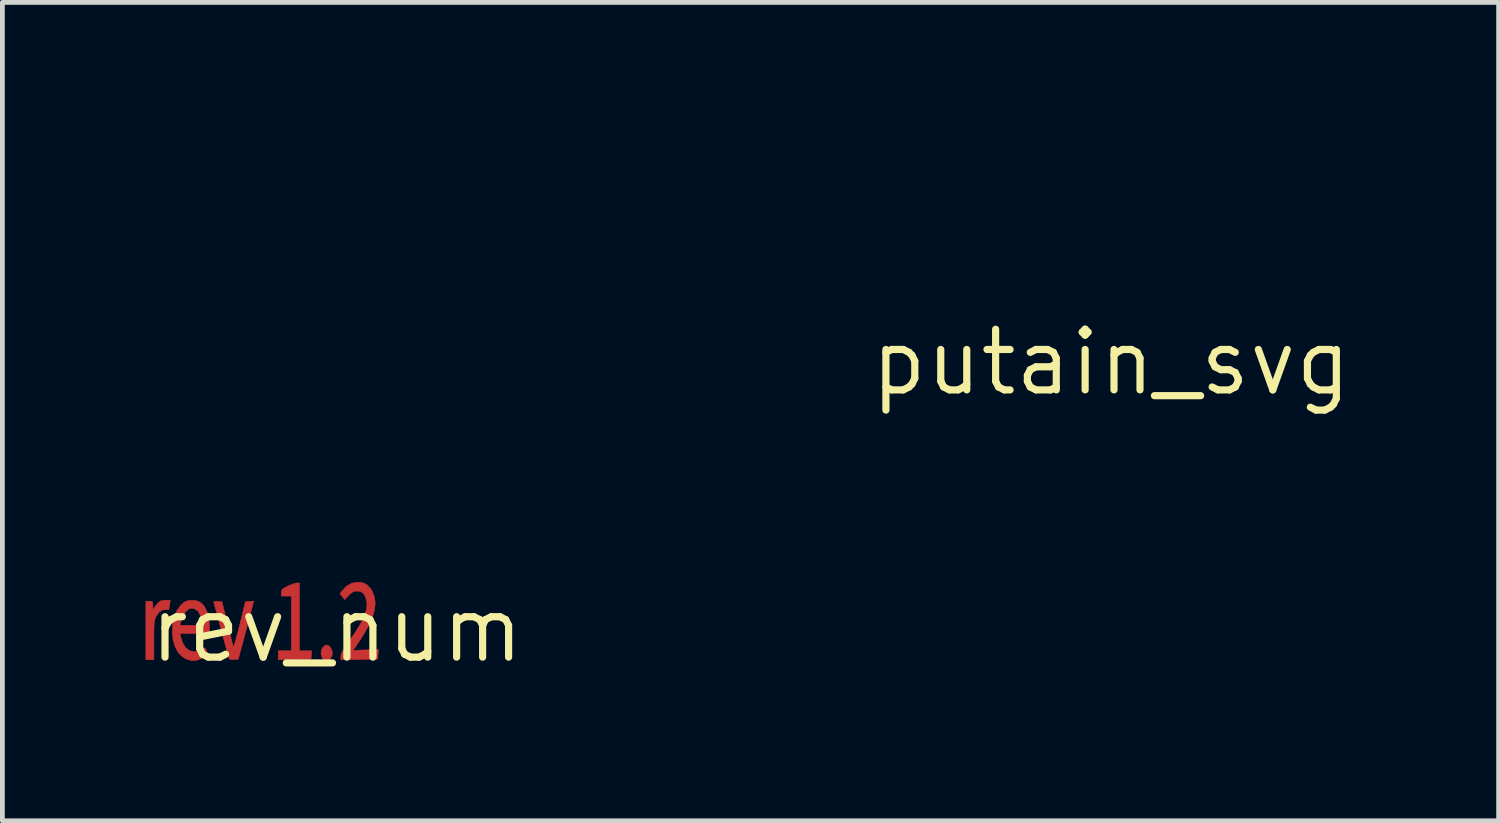
<source format=kicad_pcb>
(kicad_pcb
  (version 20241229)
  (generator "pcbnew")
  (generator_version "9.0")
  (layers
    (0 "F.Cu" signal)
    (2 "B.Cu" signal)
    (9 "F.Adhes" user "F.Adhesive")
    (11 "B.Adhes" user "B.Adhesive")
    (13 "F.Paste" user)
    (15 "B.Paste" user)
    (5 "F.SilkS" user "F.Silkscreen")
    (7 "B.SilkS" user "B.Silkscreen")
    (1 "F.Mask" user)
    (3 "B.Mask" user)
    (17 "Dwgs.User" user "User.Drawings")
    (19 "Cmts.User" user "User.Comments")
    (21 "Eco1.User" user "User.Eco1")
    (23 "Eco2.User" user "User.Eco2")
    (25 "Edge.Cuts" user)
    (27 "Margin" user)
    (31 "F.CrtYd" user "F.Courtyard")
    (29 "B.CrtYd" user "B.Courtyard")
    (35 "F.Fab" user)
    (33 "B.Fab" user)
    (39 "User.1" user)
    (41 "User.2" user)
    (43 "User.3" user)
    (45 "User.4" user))
  (footprint "rev_num"
    (layer "F.Cu")
    (at 4.005 10.135)
    (property "Reference" "rev_num" (at 0 0 0) (layer "F.SilkS") (effects (font (size 1.27 1.27) (thickness 0.15))))
    (attr through_hole)
    (fp_poly (pts (xy -0.189 0.329) (xy -0.162 0.345) (xy -0.119 0.395) (xy -0.095 0.465) (xy -0.096 0.535) (xy -0.099 0.545) (xy -0.137 0.611) (xy -0.187 0.649) (xy -0.243 0.651) (xy -0.267 0.64) (xy -0.311 0.587) (xy -0.331 0.515) (xy -0.325 0.439) (xy -0.293 0.374) (xy -0.264 0.347) (xy -0.222 0.325) (xy -0.189 0.329)) (stroke (width 0.01) (type solid)) (fill yes) (layer "F.Cu"))
    (fp_poly (pts (xy -0.783 0.445) (xy -0.527 0.445) (xy -0.533 0.534) (xy -0.54 0.624) (xy -0.884 0.63) (xy -1.228 0.636) (xy -1.228 0.445) (xy -0.953 0.445) (xy -0.953 -0.699) (xy -1.164 -0.699) (xy -1.164 -0.77) (xy -1.161 -0.808) (xy -1.147 -0.837) (xy -1.113 -0.863) (xy -1.051 -0.896) (xy -1.029 -0.907) (xy -0.953 -0.941) (xy -0.885 -0.965) (xy -0.839 -0.974) (xy -0.783 -0.974) (xy -0.783 0.445)) (stroke (width 0.01) (type solid)) (fill yes) (layer "F.Cu"))
    (fp_poly (pts (xy -3.5 -0.534) (xy -3.509 -0.476) (xy -3.513 -0.433) (xy -3.513 -0.429) (xy -3.532 -0.412) (xy -3.575 -0.415) (xy -3.651 -0.41) (xy -3.72 -0.365) (xy -3.78 -0.283) (xy -3.788 -0.267) (xy -3.803 -0.232) (xy -3.814 -0.194) (xy -3.822 -0.146) (xy -3.827 -0.082) (xy -3.83 0.005) (xy -3.831 0.124) (xy -3.831 0.229) (xy -3.831 0.635) (xy -4 0.635) (xy -4 -0.593) (xy -3.926 -0.593) (xy -3.88 -0.59) (xy -3.859 -0.576) (xy -3.853 -0.536) (xy -3.852 -0.503) (xy -3.852 -0.414) (xy -3.799 -0.492) (xy -3.742 -0.562) (xy -3.683 -0.6) (xy -3.605 -0.613) (xy -3.576 -0.614) (xy -3.487 -0.614) (xy -3.5 -0.534)) (stroke (width 0.01) (type solid)) (fill yes) (layer "F.Cu"))
    (fp_poly (pts (xy -1.832 -0.239) (xy -1.87 -0.098) (xy -1.91 0.053) (xy -1.949 0.199) (xy -1.982 0.325) (xy -1.995 0.37) (xy -2.064 0.624) (xy -2.152 0.631) (xy -2.209 0.631) (xy -2.247 0.622) (xy -2.252 0.618) (xy -2.26 0.593) (xy -2.278 0.533) (xy -2.304 0.442) (xy -2.335 0.328) (xy -2.372 0.194) (xy -2.412 0.047) (xy -2.414 0.04) (xy -2.454 -0.109) (xy -2.49 -0.246) (xy -2.522 -0.364) (xy -2.548 -0.46) (xy -2.566 -0.526) (xy -2.575 -0.557) (xy -2.575 -0.557) (xy -2.576 -0.581) (xy -2.557 -0.59) (xy -2.506 -0.589) (xy -2.495 -0.589) (xy -2.405 -0.582) (xy -2.292 -0.127) (xy -2.258 0.007) (xy -2.228 0.129) (xy -2.202 0.231) (xy -2.182 0.307) (xy -2.169 0.352) (xy -2.167 0.36) (xy -2.159 0.349) (xy -2.142 0.303) (xy -2.119 0.225) (xy -2.091 0.123) (xy -2.058 -0.001) (xy -2.035 -0.095) (xy -1.915 -0.582) (xy -1.827 -0.589) (xy -1.739 -0.595) (xy -1.832 -0.239)) (stroke (width 0.01) (type solid)) (fill yes) (layer "F.Cu"))
    (fp_poly (pts (xy 0.534 -0.983) (xy 0.628 -0.94) (xy 0.705 -0.861) (xy 0.738 -0.808) (xy 0.787 -0.688) (xy 0.805 -0.557) (xy 0.791 -0.414) (xy 0.746 -0.256) (xy 0.667 -0.079) (xy 0.555 0.117) (xy 0.465 0.256) (xy 0.342 0.438) (xy 0.87 0.418) (xy 0.864 0.521) (xy 0.857 0.624) (xy 0.471 0.63) (xy 0.085 0.636) (xy 0.085 0.561) (xy 0.089 0.524) (xy 0.105 0.48) (xy 0.137 0.423) (xy 0.186 0.346) (xy 0.258 0.244) (xy 0.274 0.221) (xy 0.403 0.035) (xy 0.501 -0.127) (xy 0.571 -0.268) (xy 0.614 -0.392) (xy 0.631 -0.501) (xy 0.624 -0.6) (xy 0.604 -0.667) (xy 0.566 -0.744) (xy 0.516 -0.787) (xy 0.446 -0.803) (xy 0.414 -0.804) (xy 0.362 -0.798) (xy 0.315 -0.772) (xy 0.258 -0.721) (xy 0.252 -0.715) (xy 0.165 -0.625) (xy 0.115 -0.687) (xy 0.066 -0.749) (xy 0.109 -0.808) (xy 0.201 -0.907) (xy 0.31 -0.968) (xy 0.42 -0.99) (xy 0.534 -0.983)) (stroke (width 0.01) (type solid)) (fill yes) (layer "F.Cu"))
    (fp_poly (pts (xy -2.948 -0.605) (xy -2.856 -0.569) (xy -2.784 -0.5) (xy -2.727 -0.393) (xy -2.701 -0.319) (xy -2.683 -0.233) (xy -2.67 -0.131) (xy -2.667 -0.06) (xy -2.667 0.085) (xy -3.284 0.085) (xy -3.27 0.153) (xy -3.23 0.28) (xy -3.17 0.376) (xy -3.094 0.439) (xy -3.007 0.466) (xy -2.911 0.455) (xy -2.839 0.422) (xy -2.793 0.396) (xy -2.765 0.385) (xy -2.763 0.385) (xy -2.739 0.425) (xy -2.718 0.477) (xy -2.709 0.515) (xy -2.728 0.544) (xy -2.776 0.577) (xy -2.841 0.611) (xy -2.913 0.638) (xy -2.979 0.654) (xy -3.005 0.656) (xy -3.071 0.646) (xy -3.147 0.621) (xy -3.176 0.609) (xy -3.25 0.558) (xy -3.316 0.492) (xy -3.328 0.476) (xy -3.393 0.349) (xy -3.432 0.202) (xy -3.447 0.044) (xy -3.439 -0.085) (xy -3.284 -0.085) (xy -2.81 -0.085) (xy -2.824 -0.173) (xy -2.856 -0.294) (xy -2.907 -0.381) (xy -2.976 -0.431) (xy -3.044 -0.445) (xy -3.106 -0.425) (xy -3.167 -0.371) (xy -3.22 -0.29) (xy -3.26 -0.191) (xy -3.269 -0.153) (xy -3.284 -0.085) (xy -3.439 -0.085) (xy -3.437 -0.115) (xy -3.403 -0.267) (xy -3.347 -0.402) (xy -3.268 -0.511) (xy -3.261 -0.518) (xy -3.202 -0.568) (xy -3.149 -0.595) (xy -3.079 -0.608) (xy -3.063 -0.609) (xy -2.948 -0.605)) (stroke (width 0.01) (type solid)) (fill yes) (layer "F.Cu")))
  (footprint "putain_svg"
    (layer "F.Cu")
    (at 20.224 4.537)
    (property "Reference" "putain_svg" (at 0 0 0) (layer "F.SilkS") (effects (font (size 1.27 1.27) (thickness 0.15))))
    (attr through_hole)
    (fp_poly (pts (xy -1.734 -4.529) (xy -1.591 -4.529) (xy -1.482 -4.527) (xy -1.403 -4.524) (xy -1.348 -4.52) (xy -1.314 -4.515) (xy -1.297 -4.508) (xy -1.291 -4.499) (xy -1.291 -4.498) (xy -1.294 -4.473) (xy -1.301 -4.409) (xy -1.314 -4.308) (xy -1.331 -4.172) (xy -1.351 -4.004) (xy -1.376 -3.805) (xy -1.404 -3.58) (xy -1.436 -3.329) (xy -1.47 -3.055) (xy -1.507 -2.762) (xy -1.546 -2.45) (xy -1.588 -2.123) (xy -1.631 -1.783) (xy -1.662 -1.538) (xy -1.706 -1.191) (xy -1.748 -0.855) (xy -1.789 -0.533) (xy -1.827 -0.226) (xy -1.863 0.061) (xy -1.897 0.327) (xy -1.928 0.57) (xy -1.955 0.788) (xy -1.978 0.977) (xy -1.998 1.135) (xy -2.014 1.26) (xy -2.025 1.35) (xy -2.031 1.401) (xy -2.032 1.414) (xy -2.043 1.422) (xy -2.076 1.428) (xy -2.137 1.432) (xy -2.227 1.436) (xy -2.35 1.438) (xy -2.51 1.439) (xy -2.666 1.439) (xy -3.301 1.439) (xy -3.291 1.381) (xy -3.287 1.353) (xy -3.278 1.286) (xy -3.265 1.182) (xy -3.247 1.043) (xy -3.225 0.872) (xy -3.2 0.672) (xy -3.171 0.444) (xy -3.139 0.192) (xy -3.104 -0.083) (xy -3.067 -0.377) (xy -3.028 -0.689) (xy -2.986 -1.015) (xy -2.944 -1.354) (xy -2.921 -1.535) (xy -2.878 -1.879) (xy -2.836 -2.212) (xy -2.795 -2.532) (xy -2.757 -2.836) (xy -2.721 -3.122) (xy -2.687 -3.387) (xy -2.657 -3.629) (xy -2.629 -3.845) (xy -2.605 -4.033) (xy -2.585 -4.19) (xy -2.569 -4.313) (xy -2.558 -4.401) (xy -2.551 -4.451) (xy -2.55 -4.461) (xy -2.538 -4.53) (xy -1.915 -4.53) (xy -1.734 -4.529)) (stroke (width 0.01) (type solid)) (fill yes) (layer "F.Mask"))
    (fp_poly (pts (xy -7.451 -4.471) (xy -7.453 -4.436) (xy -7.461 -4.364) (xy -7.472 -4.262) (xy -7.487 -4.137) (xy -7.504 -3.994) (xy -7.524 -3.839) (xy -7.525 -3.831) (xy -7.544 -3.678) (xy -7.561 -3.538) (xy -7.576 -3.417) (xy -7.588 -3.32) (xy -7.596 -3.254) (xy -7.599 -3.223) (xy -7.599 -3.223) (xy -7.608 -3.214) (xy -7.639 -3.207) (xy -7.696 -3.202) (xy -7.782 -3.199) (xy -7.901 -3.197) (xy -8.057 -3.196) (xy -8.117 -3.196) (xy -8.281 -3.196) (xy -8.407 -3.195) (xy -8.5 -3.193) (xy -8.565 -3.189) (xy -8.606 -3.184) (xy -8.628 -3.177) (xy -8.636 -3.167) (xy -8.636 -3.165) (xy -8.639 -3.14) (xy -8.646 -3.076) (xy -8.658 -2.976) (xy -8.675 -2.841) (xy -8.696 -2.676) (xy -8.72 -2.483) (xy -8.747 -2.264) (xy -8.778 -2.023) (xy -8.81 -1.761) (xy -8.846 -1.483) (xy -8.883 -1.19) (xy -8.921 -0.886) (xy -8.922 -0.882) (xy -8.96 -0.577) (xy -8.997 -0.284) (xy -9.033 -0.006) (xy -9.066 0.256) (xy -9.096 0.498) (xy -9.123 0.717) (xy -9.148 0.911) (xy -9.168 1.077) (xy -9.185 1.212) (xy -9.197 1.314) (xy -9.205 1.379) (xy -9.207 1.405) (xy -9.207 1.405) (xy -9.211 1.415) (xy -9.223 1.422) (xy -9.249 1.428) (xy -9.294 1.433) (xy -9.361 1.436) (xy -9.454 1.438) (xy -9.579 1.439) (xy -9.739 1.439) (xy -9.843 1.439) (xy -10.479 1.439) (xy -10.468 1.371) (xy -10.463 1.34) (xy -10.454 1.271) (xy -10.441 1.166) (xy -10.423 1.027) (xy -10.401 0.857) (xy -10.376 0.66) (xy -10.348 0.439) (xy -10.317 0.195) (xy -10.284 -0.068) (xy -10.248 -0.346) (xy -10.212 -0.638) (xy -10.181 -0.878) (xy -10.143 -1.179) (xy -10.107 -1.468) (xy -10.072 -1.744) (xy -10.039 -2.003) (xy -10.009 -2.242) (xy -9.981 -2.459) (xy -9.957 -2.651) (xy -9.936 -2.814) (xy -9.919 -2.947) (xy -9.906 -3.045) (xy -9.898 -3.107) (xy -9.895 -3.127) (xy -9.883 -3.196) (xy -10.392 -3.196) (xy -10.552 -3.196) (xy -10.675 -3.197) (xy -10.765 -3.199) (xy -10.827 -3.202) (xy -10.867 -3.207) (xy -10.89 -3.214) (xy -10.899 -3.223) (xy -10.901 -3.233) (xy -10.899 -3.263) (xy -10.892 -3.329) (xy -10.881 -3.426) (xy -10.866 -3.549) (xy -10.849 -3.691) (xy -10.83 -3.848) (xy -10.823 -3.9) (xy -10.745 -4.53) (xy -7.451 -4.53) (xy -7.451 -4.471)) (stroke (width 0.01) (type solid)) (fill yes) (layer "F.Mask"))
    (fp_poly (pts (xy -18.324 -4.525) (xy -18.076 -4.523) (xy -17.867 -4.521) (xy -17.692 -4.519) (xy -17.547 -4.517) (xy -17.43 -4.515) (xy -17.335 -4.512) (xy -17.26 -4.508) (xy -17.2 -4.503) (xy -17.151 -4.497) (xy -17.11 -4.49) (xy -17.072 -4.482) (xy -17.035 -4.471) (xy -17.033 -4.471) (xy -16.801 -4.387) (xy -16.6 -4.274) (xy -16.428 -4.131) (xy -16.287 -3.96) (xy -16.177 -3.76) (xy -16.098 -3.533) (xy -16.05 -3.278) (xy -16.033 -2.996) (xy -16.045 -2.731) (xy -16.087 -2.391) (xy -16.152 -2.074) (xy -16.24 -1.784) (xy -16.349 -1.521) (xy -16.479 -1.29) (xy -16.627 -1.092) (xy -16.794 -0.929) (xy -16.834 -0.898) (xy -16.975 -0.801) (xy -17.118 -0.721) (xy -17.27 -0.657) (xy -17.435 -0.608) (xy -17.619 -0.572) (xy -17.829 -0.548) (xy -18.068 -0.534) (xy -18.342 -0.53) (xy -18.702 -0.529) (xy -18.827 0.455) (xy -18.952 1.439) (xy -20.219 1.439) (xy -20.207 1.371) (xy -20.203 1.342) (xy -20.193 1.273) (xy -20.18 1.168) (xy -20.162 1.027) (xy -20.14 0.855) (xy -20.114 0.654) (xy -20.085 0.425) (xy -20.053 0.171) (xy -20.018 -0.104) (xy -19.981 -0.4) (xy -19.941 -0.712) (xy -19.9 -1.039) (xy -19.857 -1.378) (xy -19.833 -1.566) (xy -19.8 -1.833) (xy -18.541 -1.833) (xy -18.539 -1.817) (xy -18.528 -1.807) (xy -18.502 -1.801) (xy -18.454 -1.799) (xy -18.378 -1.8) (xy -18.268 -1.804) (xy -18.24 -1.805) (xy -18.105 -1.811) (xy -18.003 -1.82) (xy -17.923 -1.832) (xy -17.856 -1.849) (xy -17.814 -1.863) (xy -17.671 -1.938) (xy -17.556 -2.043) (xy -17.469 -2.18) (xy -17.409 -2.349) (xy -17.376 -2.549) (xy -17.369 -2.709) (xy -17.376 -2.851) (xy -17.399 -2.96) (xy -17.441 -3.048) (xy -17.506 -3.122) (xy -17.525 -3.139) (xy -17.58 -3.179) (xy -17.64 -3.208) (xy -17.712 -3.228) (xy -17.806 -3.241) (xy -17.927 -3.247) (xy -18.054 -3.248) (xy -18.361 -3.249) (xy -18.45 -2.561) (xy -18.472 -2.394) (xy -18.492 -2.239) (xy -18.509 -2.101) (xy -18.523 -1.986) (xy -18.534 -1.9) (xy -18.54 -1.847) (xy -18.541 -1.833) (xy -19.8 -1.833) (xy -19.79 -1.911) (xy -19.748 -2.244) (xy -19.708 -2.564) (xy -19.669 -2.868) (xy -19.633 -3.153) (xy -19.599 -3.417) (xy -19.569 -3.658) (xy -19.541 -3.873) (xy -19.517 -4.06) (xy -19.497 -4.216) (xy -19.481 -4.338) (xy -19.47 -4.425) (xy -19.463 -4.474) (xy -19.462 -4.483) (xy -19.451 -4.532) (xy -18.324 -4.525)) (stroke (width 0.01) (type solid)) (fill yes) (layer "F.Mask"))
    (fp_poly (pts (xy -5.057 -4.525) (xy -4.923 -4.524) (xy -4.817 -4.521) (xy -4.742 -4.518) (xy -4.704 -4.514) (xy -4.699 -4.511) (xy -4.695 -4.489) (xy -4.685 -4.427) (xy -4.668 -4.328) (xy -4.645 -4.194) (xy -4.616 -4.028) (xy -4.582 -3.832) (xy -4.543 -3.609) (xy -4.5 -3.361) (xy -4.452 -3.09) (xy -4.401 -2.798) (xy -4.347 -2.489) (xy -4.29 -2.163) (xy -4.231 -1.825) (xy -4.18 -1.538) (xy -4.119 -1.19) (xy -4.06 -0.854) (xy -4.004 -0.532) (xy -3.95 -0.225) (xy -3.9 0.062) (xy -3.853 0.329) (xy -3.811 0.572) (xy -3.773 0.79) (xy -3.739 0.98) (xy -3.712 1.14) (xy -3.69 1.267) (xy -3.674 1.358) (xy -3.664 1.413) (xy -3.662 1.428) (xy -3.682 1.431) (xy -3.74 1.433) (xy -3.83 1.436) (xy -3.947 1.437) (xy -4.086 1.439) (xy -4.242 1.439) (xy -4.328 1.439) (xy -4.995 1.439) (xy -5.006 1.392) (xy -5.013 1.357) (xy -5.026 1.288) (xy -5.043 1.191) (xy -5.064 1.072) (xy -5.087 0.938) (xy -5.097 0.878) (xy -5.175 0.413) (xy -6.022 0.407) (xy -6.869 0.402) (xy -7.1 0.921) (xy -7.33 1.439) (xy -7.996 1.439) (xy -8.182 1.439) (xy -8.329 1.439) (xy -8.443 1.437) (xy -8.527 1.435) (xy -8.585 1.432) (xy -8.623 1.428) (xy -8.644 1.421) (xy -8.652 1.413) (xy -8.651 1.403) (xy -8.651 1.402) (xy -8.641 1.379) (xy -8.616 1.319) (xy -8.575 1.224) (xy -8.521 1.098) (xy -8.453 0.94) (xy -8.373 0.755) (xy -8.281 0.544) (xy -8.179 0.309) (xy -8.068 0.053) (xy -7.948 -0.223) (xy -7.82 -0.517) (xy -7.695 -0.804) (xy -6.371 -0.804) (xy -5.874 -0.804) (xy -5.698 -0.805) (xy -5.559 -0.808) (xy -5.458 -0.812) (xy -5.397 -0.818) (xy -5.376 -0.826) (xy -5.379 -0.851) (xy -5.387 -0.913) (xy -5.4 -1.007) (xy -5.416 -1.125) (xy -5.435 -1.264) (xy -5.456 -1.418) (xy -5.479 -1.582) (xy -5.502 -1.749) (xy -5.526 -1.915) (xy -5.548 -2.074) (xy -5.569 -2.221) (xy -5.587 -2.351) (xy -5.603 -2.457) (xy -5.614 -2.535) (xy -5.621 -2.579) (xy -5.622 -2.582) (xy -5.626 -2.597) (xy -5.633 -2.601) (xy -5.645 -2.589) (xy -5.662 -2.56) (xy -5.686 -2.51) (xy -5.718 -2.436) (xy -5.76 -2.335) (xy -5.813 -2.205) (xy -5.879 -2.041) (xy -5.959 -1.841) (xy -5.967 -1.82) (xy -6.039 -1.639) (xy -6.107 -1.467) (xy -6.17 -1.309) (xy -6.225 -1.169) (xy -6.272 -1.053) (xy -6.307 -0.964) (xy -6.329 -0.908) (xy -6.335 -0.894) (xy -6.371 -0.804) (xy -7.695 -0.804) (xy -7.686 -0.825) (xy -7.546 -1.147) (xy -7.402 -1.48) (xy -7.359 -1.577) (xy -6.078 -4.519) (xy -5.389 -4.525) (xy -5.214 -4.526) (xy -5.057 -4.525)) (stroke (width 0.01) (type solid)) (fill yes) (layer "F.Mask"))
    (fp_poly (pts (xy 1.656 -2.729) (xy 1.817 -2.406) (xy 1.959 -2.119) (xy 2.085 -1.868) (xy 2.194 -1.651) (xy 2.288 -1.466) (xy 2.366 -1.313) (xy 2.431 -1.189) (xy 2.482 -1.094) (xy 2.52 -1.026) (xy 2.546 -0.984) (xy 2.561 -0.966) (xy 2.565 -0.966) (xy 2.57 -0.993) (xy 2.58 -1.058) (xy 2.594 -1.159) (xy 2.612 -1.293) (xy 2.633 -1.455) (xy 2.658 -1.644) (xy 2.685 -1.855) (xy 2.715 -2.085) (xy 2.746 -2.332) (xy 2.779 -2.592) (xy 2.794 -2.709) (xy 2.827 -2.974) (xy 2.859 -3.228) (xy 2.889 -3.468) (xy 2.917 -3.69) (xy 2.943 -3.89) (xy 2.965 -4.067) (xy 2.985 -4.215) (xy 3 -4.333) (xy 3.011 -4.417) (xy 3.017 -4.464) (xy 3.019 -4.471) (xy 3.03 -4.53) (xy 3.653 -4.53) (xy 3.833 -4.529) (xy 3.976 -4.529) (xy 4.085 -4.527) (xy 4.164 -4.524) (xy 4.219 -4.52) (xy 4.253 -4.515) (xy 4.27 -4.508) (xy 4.276 -4.499) (xy 4.276 -4.497) (xy 4.273 -4.473) (xy 4.265 -4.409) (xy 4.253 -4.308) (xy 4.236 -4.172) (xy 4.215 -4.003) (xy 4.191 -3.805) (xy 4.162 -3.579) (xy 4.131 -3.329) (xy 4.097 -3.055) (xy 4.06 -2.762) (xy 4.02 -2.45) (xy 3.979 -2.123) (xy 3.936 -1.783) (xy 3.905 -1.539) (xy 3.861 -1.192) (xy 3.819 -0.856) (xy 3.778 -0.533) (xy 3.74 -0.227) (xy 3.703 0.06) (xy 3.67 0.327) (xy 3.639 0.57) (xy 3.612 0.787) (xy 3.588 0.976) (xy 3.569 1.134) (xy 3.553 1.259) (xy 3.542 1.349) (xy 3.536 1.401) (xy 3.535 1.413) (xy 3.525 1.421) (xy 3.495 1.427) (xy 3.439 1.432) (xy 3.355 1.435) (xy 3.24 1.438) (xy 3.089 1.439) (xy 2.905 1.439) (xy 2.275 1.439) (xy 1.378 -0.371) (xy 1.249 -0.629) (xy 1.126 -0.876) (xy 1.01 -1.11) (xy 0.902 -1.327) (xy 0.803 -1.525) (xy 0.714 -1.701) (xy 0.637 -1.854) (xy 0.574 -1.98) (xy 0.525 -2.077) (xy 0.491 -2.141) (xy 0.475 -2.172) (xy 0.473 -2.174) (xy 0.47 -2.152) (xy 0.461 -2.092) (xy 0.448 -1.996) (xy 0.431 -1.866) (xy 0.411 -1.708) (xy 0.387 -1.522) (xy 0.36 -1.313) (xy 0.331 -1.084) (xy 0.299 -0.837) (xy 0.266 -0.575) (xy 0.243 -0.39) (xy 0.209 -0.121) (xy 0.176 0.138) (xy 0.145 0.381) (xy 0.116 0.606) (xy 0.09 0.809) (xy 0.067 0.989) (xy 0.047 1.141) (xy 0.031 1.262) (xy 0.019 1.35) (xy 0.012 1.401) (xy 0.01 1.413) (xy -0.002 1.421) (xy -0.036 1.427) (xy -0.094 1.432) (xy -0.18 1.435) (xy -0.299 1.438) (xy -0.453 1.439) (xy -0.624 1.439) (xy -1.25 1.439) (xy -1.237 1.339) (xy -1.233 1.306) (xy -1.224 1.234) (xy -1.21 1.124) (xy -1.192 0.981) (xy -1.169 0.805) (xy -1.143 0.6) (xy -1.114 0.368) (xy -1.081 0.111) (xy -1.046 -0.167) (xy -1.009 -0.465) (xy -0.969 -0.779) (xy -0.927 -1.108) (xy -0.884 -1.449) (xy -0.86 -1.64) (xy -0.495 -4.519) (xy 0.763 -4.53) (xy 1.656 -2.729)) (stroke (width 0.01) (type solid)) (fill yes) (layer "F.Mask"))
    (fp_poly (pts (xy -14.063 -4.451) (xy -14.068 -4.417) (xy -14.078 -4.345) (xy -14.092 -4.238) (xy -14.11 -4.099) (xy -14.131 -3.932) (xy -14.156 -3.74) (xy -14.184 -3.527) (xy -14.213 -3.296) (xy -14.245 -3.05) (xy -14.278 -2.794) (xy -14.281 -2.773) (xy -14.319 -2.473) (xy -14.352 -2.212) (xy -14.381 -1.986) (xy -14.405 -1.792) (xy -14.425 -1.625) (xy -14.442 -1.482) (xy -14.455 -1.36) (xy -14.465 -1.255) (xy -14.473 -1.163) (xy -14.479 -1.082) (xy -14.483 -1.007) (xy -14.485 -0.935) (xy -14.486 -0.862) (xy -14.487 -0.785) (xy -14.487 -0.762) (xy -14.487 -0.613) (xy -14.485 -0.498) (xy -14.482 -0.411) (xy -14.475 -0.343) (xy -14.466 -0.288) (xy -14.452 -0.238) (xy -14.447 -0.224) (xy -14.38 -0.073) (xy -14.285 0.047) (xy -14.161 0.137) (xy -14.16 0.138) (xy -14.104 0.166) (xy -14.056 0.185) (xy -14.003 0.195) (xy -13.934 0.2) (xy -13.835 0.201) (xy -13.821 0.201) (xy -13.718 0.2) (xy -13.645 0.196) (xy -13.587 0.185) (xy -13.533 0.167) (xy -13.468 0.137) (xy -13.457 0.131) (xy -13.319 0.044) (xy -13.198 -0.074) (xy -13.095 -0.226) (xy -13.006 -0.412) (xy -12.932 -0.634) (xy -12.872 -0.895) (xy -12.869 -0.909) (xy -12.861 -0.957) (xy -12.849 -1.043) (xy -12.832 -1.163) (xy -12.811 -1.313) (xy -12.787 -1.488) (xy -12.761 -1.686) (xy -12.732 -1.901) (xy -12.702 -2.129) (xy -12.671 -2.367) (xy -12.639 -2.611) (xy -12.607 -2.856) (xy -12.575 -3.099) (xy -12.545 -3.335) (xy -12.516 -3.56) (xy -12.49 -3.77) (xy -12.466 -3.962) (xy -12.445 -4.13) (xy -12.428 -4.272) (xy -12.415 -4.383) (xy -12.413 -4.397) (xy -12.398 -4.53) (xy -11.132 -4.53) (xy -11.143 -4.461) (xy -11.148 -4.43) (xy -11.157 -4.36) (xy -11.171 -4.254) (xy -11.188 -4.116) (xy -11.21 -3.95) (xy -11.234 -3.757) (xy -11.262 -3.541) (xy -11.291 -3.306) (xy -11.323 -3.055) (xy -11.356 -2.791) (xy -11.377 -2.625) (xy -11.412 -2.348) (xy -11.447 -2.077) (xy -11.481 -1.816) (xy -11.513 -1.57) (xy -11.543 -1.34) (xy -11.571 -1.133) (xy -11.596 -0.95) (xy -11.618 -0.796) (xy -11.635 -0.675) (xy -11.648 -0.591) (xy -11.653 -0.565) (xy -11.734 -0.203) (xy -11.84 0.125) (xy -11.971 0.419) (xy -12.128 0.68) (xy -12.311 0.908) (xy -12.52 1.103) (xy -12.755 1.266) (xy -13.017 1.397) (xy -13.291 1.492) (xy -13.532 1.546) (xy -13.791 1.578) (xy -14.052 1.587) (xy -14.299 1.572) (xy -14.355 1.565) (xy -14.636 1.506) (xy -14.887 1.418) (xy -15.108 1.3) (xy -15.299 1.152) (xy -15.461 0.973) (xy -15.593 0.764) (xy -15.696 0.525) (xy -15.769 0.256) (xy -15.771 0.243) (xy -15.787 0.131) (xy -15.797 -0.016) (xy -15.801 -0.188) (xy -15.799 -0.379) (xy -15.792 -0.58) (xy -15.779 -0.783) (xy -15.761 -0.98) (xy -15.751 -1.069) (xy -15.74 -1.154) (xy -15.725 -1.277) (xy -15.705 -1.433) (xy -15.682 -1.618) (xy -15.656 -1.826) (xy -15.627 -2.055) (xy -15.596 -2.298) (xy -15.564 -2.552) (xy -15.531 -2.813) (xy -15.509 -2.985) (xy -15.314 -4.519) (xy -14.682 -4.525) (xy -14.051 -4.53) (xy -14.063 -4.451)) (stroke (width 0.01) (type solid)) (fill yes) (layer "F.Mask")))
  (gr_rect
    (start -3 -3)
    (end 28.341 14.142)
    (stroke (width 0.1) (type default))
    (fill no)
    (layer "Edge.Cuts")))
</source>
